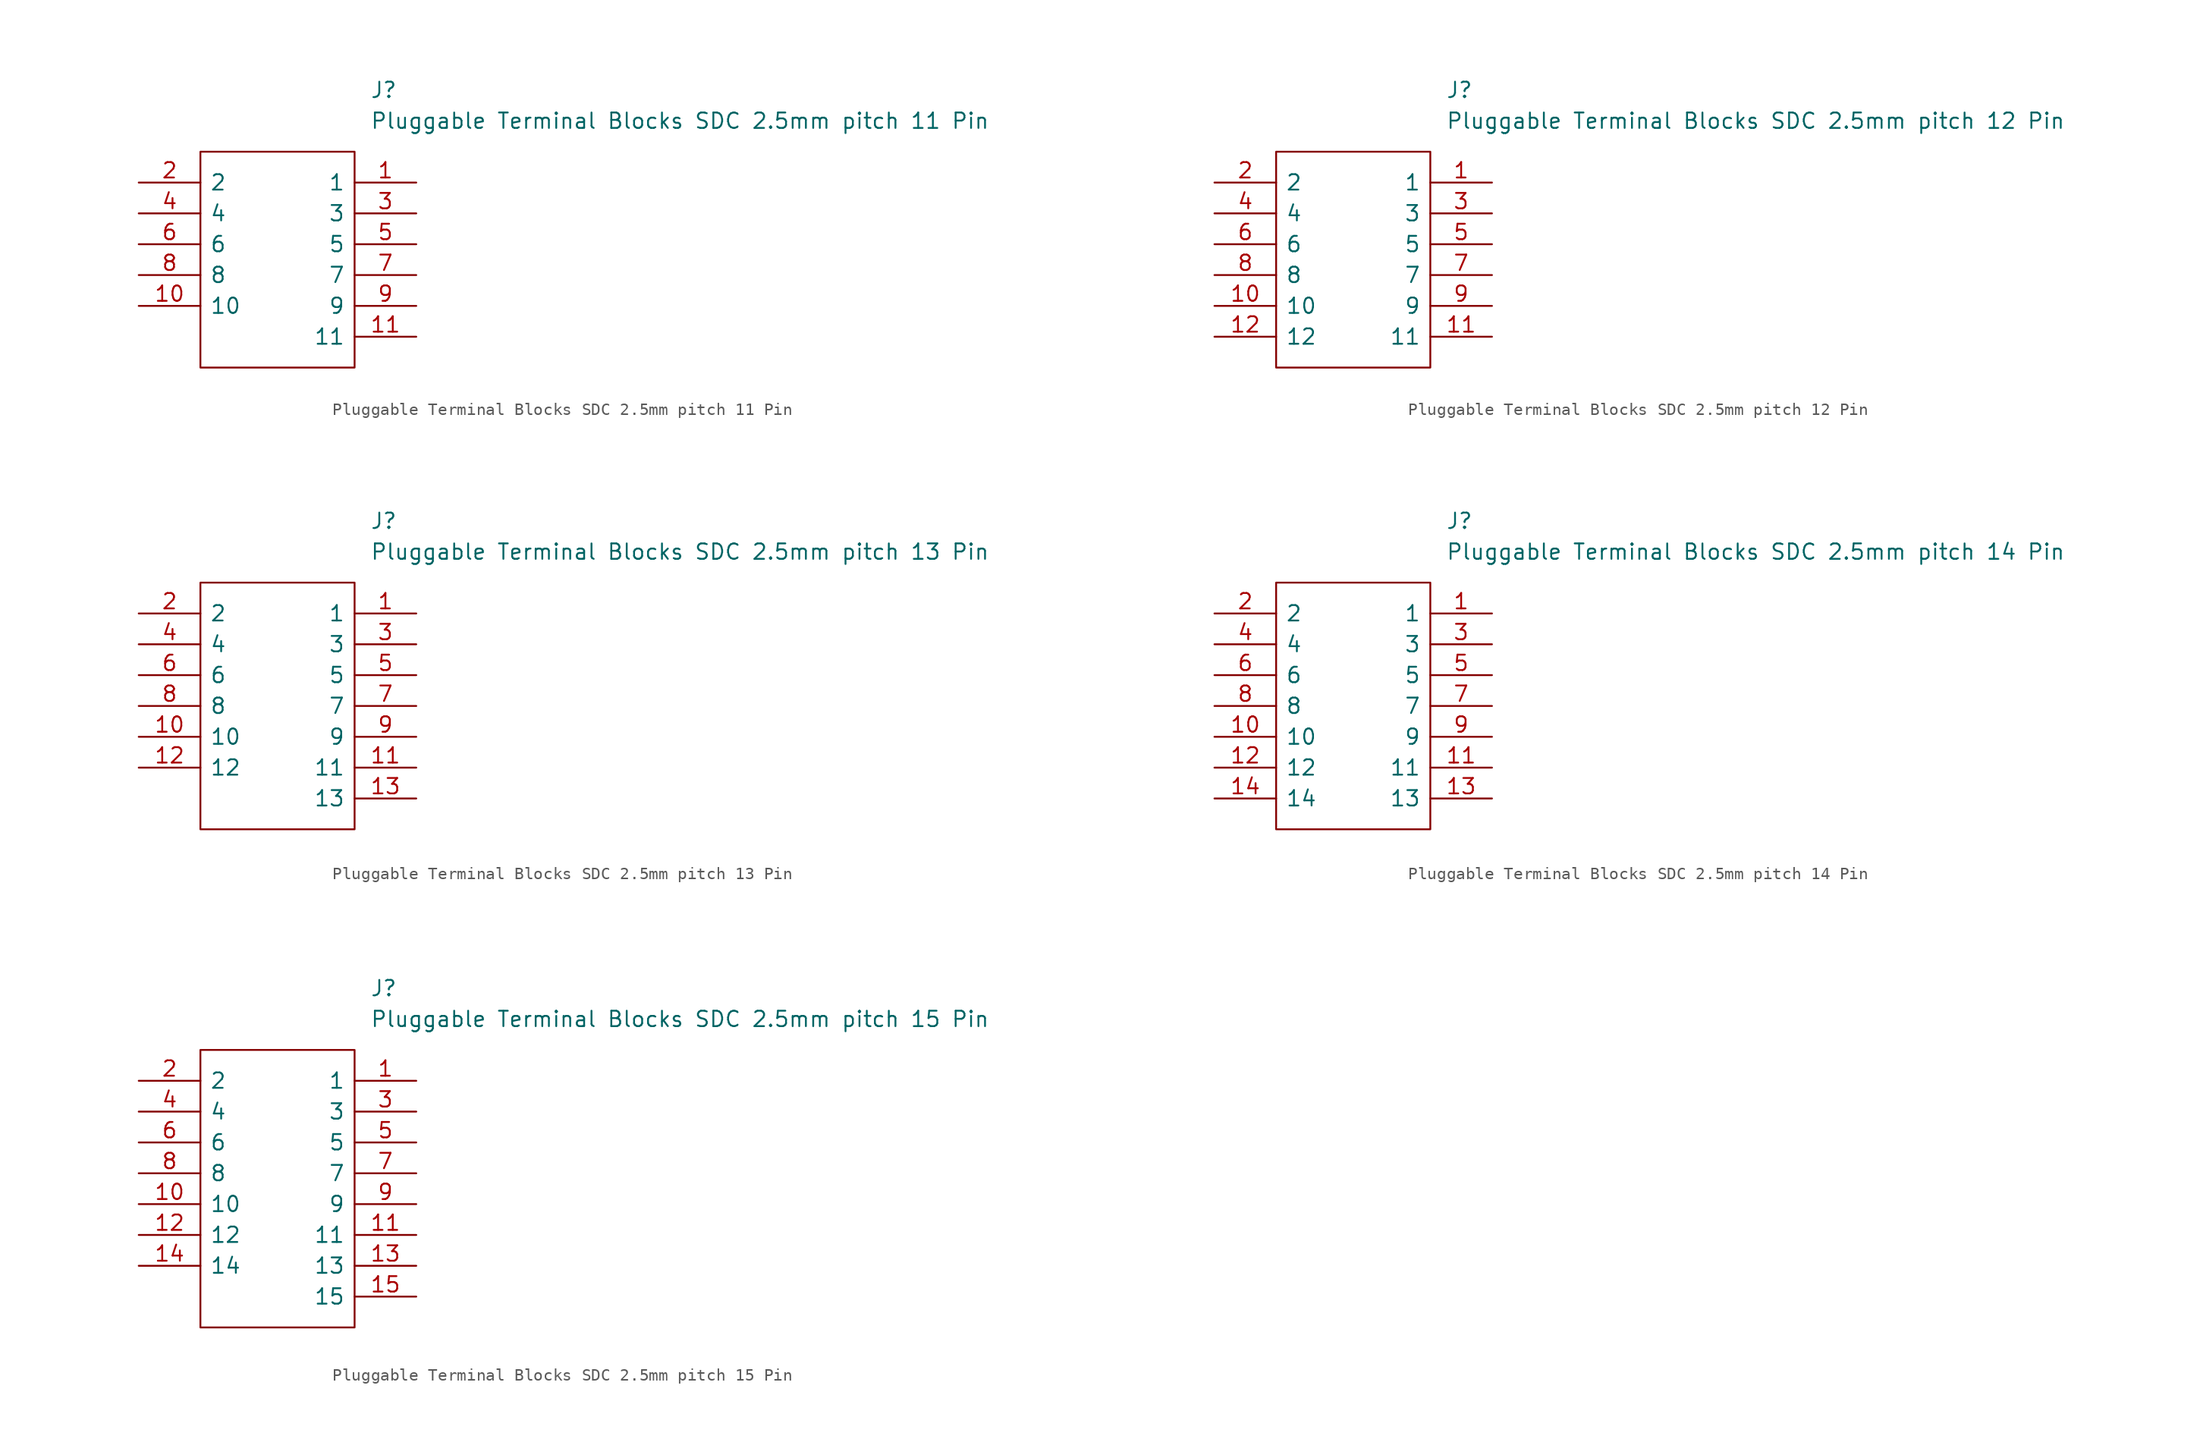
<source format=kicad_sym>
(kicad_symbol_lib
  (version 20211014)
  (generator kicad_symbol_editor)
  (symbol "Pluggable Terminal Blocks SDC 2.5mm pitch 11 Pin"
    (pin_names
      (offset 0.762))
    (property "Reference" "J"
      (at 19.05 7.62 0)
      (effects (font (size 1.27 1.27)) (justify left)))
    (property "Value" "Pluggable Terminal Blocks SDC 2.5mm pitch 11 Pin"
      (at 19.05 5.08 0)
      (effects (font (size 1.27 1.27)) (justify left)))
    (symbol "Pluggable Terminal Blocks SDC 2.5mm pitch 11 Pin_0_0"
      (pin passive line (at 22.86 0 180) (length 5.08) (name "1" (effects (font (size 1.27 1.27)))) (number "1" (effects (font (size 1.27 1.27)))))
      (pin passive line (at 0 -10.16 0) (length 5.08) (name "10" (effects (font (size 1.27 1.27)))) (number "10" (effects (font (size 1.27 1.27)))))
      (pin passive line (at 22.86 -12.7 180) (length 5.08) (name "11" (effects (font (size 1.27 1.27)))) (number "11" (effects (font (size 1.27 1.27)))))
      (pin passive line (at 0 0 0) (length 5.08) (name "2" (effects (font (size 1.27 1.27)))) (number "2" (effects (font (size 1.27 1.27)))))
      (pin passive line (at 22.86 -2.54 180) (length 5.08) (name "3" (effects (font (size 1.27 1.27)))) (number "3" (effects (font (size 1.27 1.27)))))
      (pin passive line (at 0 -2.54 0) (length 5.08) (name "4" (effects (font (size 1.27 1.27)))) (number "4" (effects (font (size 1.27 1.27)))))
      (pin passive line (at 22.86 -5.08 180) (length 5.08) (name "5" (effects (font (size 1.27 1.27)))) (number "5" (effects (font (size 1.27 1.27)))))
      (pin passive line (at 0 -5.08 0) (length 5.08) (name "6" (effects (font (size 1.27 1.27)))) (number "6" (effects (font (size 1.27 1.27)))))
      (pin passive line (at 22.86 -7.62 180) (length 5.08) (name "7" (effects (font (size 1.27 1.27)))) (number "7" (effects (font (size 1.27 1.27)))))
      (pin passive line (at 0 -7.62 0) (length 5.08) (name "8" (effects (font (size 1.27 1.27)))) (number "8" (effects (font (size 1.27 1.27)))))
      (pin passive line (at 22.86 -10.16 180) (length 5.08) (name "9" (effects (font (size 1.27 1.27)))) (number "9" (effects (font (size 1.27 1.27))))))
    (symbol "Pluggable Terminal Blocks SDC 2.5mm pitch 11 Pin_0_1"
      (polyline (pts (xy 5.08 2.54) (xy 17.78 2.54) (xy 17.78 -15.24) (xy 5.08 -15.24) (xy 5.08 2.54)) (stroke (width 0.152) (type default) (color 0 0 0 0)) (fill (type none)))))
  (symbol "Pluggable Terminal Blocks SDC 2.5mm pitch 12 Pin"
    (pin_names
      (offset 0.762))
    (property "Reference" "J"
      (at 19.05 7.62 0)
      (effects (font (size 1.27 1.27)) (justify left)))
    (property "Value" "Pluggable Terminal Blocks SDC 2.5mm pitch 12 Pin"
      (at 19.05 5.08 0)
      (effects (font (size 1.27 1.27)) (justify left)))
    (symbol "Pluggable Terminal Blocks SDC 2.5mm pitch 12 Pin_0_0"
      (pin passive line (at 22.86 0 180) (length 5.08) (name "1" (effects (font (size 1.27 1.27)))) (number "1" (effects (font (size 1.27 1.27)))))
      (pin passive line (at 0 -10.16 0) (length 5.08) (name "10" (effects (font (size 1.27 1.27)))) (number "10" (effects (font (size 1.27 1.27)))))
      (pin passive line (at 22.86 -12.7 180) (length 5.08) (name "11" (effects (font (size 1.27 1.27)))) (number "11" (effects (font (size 1.27 1.27)))))
      (pin passive line (at 0 -12.7 0) (length 5.08) (name "12" (effects (font (size 1.27 1.27)))) (number "12" (effects (font (size 1.27 1.27)))))
      (pin passive line (at 0 0 0) (length 5.08) (name "2" (effects (font (size 1.27 1.27)))) (number "2" (effects (font (size 1.27 1.27)))))
      (pin passive line (at 22.86 -2.54 180) (length 5.08) (name "3" (effects (font (size 1.27 1.27)))) (number "3" (effects (font (size 1.27 1.27)))))
      (pin passive line (at 0 -2.54 0) (length 5.08) (name "4" (effects (font (size 1.27 1.27)))) (number "4" (effects (font (size 1.27 1.27)))))
      (pin passive line (at 22.86 -5.08 180) (length 5.08) (name "5" (effects (font (size 1.27 1.27)))) (number "5" (effects (font (size 1.27 1.27)))))
      (pin passive line (at 0 -5.08 0) (length 5.08) (name "6" (effects (font (size 1.27 1.27)))) (number "6" (effects (font (size 1.27 1.27)))))
      (pin passive line (at 22.86 -7.62 180) (length 5.08) (name "7" (effects (font (size 1.27 1.27)))) (number "7" (effects (font (size 1.27 1.27)))))
      (pin passive line (at 0 -7.62 0) (length 5.08) (name "8" (effects (font (size 1.27 1.27)))) (number "8" (effects (font (size 1.27 1.27)))))
      (pin passive line (at 22.86 -10.16 180) (length 5.08) (name "9" (effects (font (size 1.27 1.27)))) (number "9" (effects (font (size 1.27 1.27))))))
    (symbol "Pluggable Terminal Blocks SDC 2.5mm pitch 12 Pin_0_1"
      (polyline (pts (xy 5.08 2.54) (xy 17.78 2.54) (xy 17.78 -15.24) (xy 5.08 -15.24) (xy 5.08 2.54)) (stroke (width 0.152) (type default) (color 0 0 0 0)) (fill (type none)))))
  (symbol "Pluggable Terminal Blocks SDC 2.5mm pitch 13 Pin"
    (pin_names
      (offset 0.762))
    (property "Reference" "J"
      (at 19.05 7.62 0)
      (effects (font (size 1.27 1.27)) (justify left)))
    (property "Value" "Pluggable Terminal Blocks SDC 2.5mm pitch 13 Pin"
      (at 19.05 5.08 0)
      (effects (font (size 1.27 1.27)) (justify left)))
    (symbol "Pluggable Terminal Blocks SDC 2.5mm pitch 13 Pin_0_0"
      (pin passive line (at 22.86 0 180) (length 5.08) (name "1" (effects (font (size 1.27 1.27)))) (number "1" (effects (font (size 1.27 1.27)))))
      (pin passive line (at 0 -10.16 0) (length 5.08) (name "10" (effects (font (size 1.27 1.27)))) (number "10" (effects (font (size 1.27 1.27)))))
      (pin passive line (at 22.86 -12.7 180) (length 5.08) (name "11" (effects (font (size 1.27 1.27)))) (number "11" (effects (font (size 1.27 1.27)))))
      (pin passive line (at 0 -12.7 0) (length 5.08) (name "12" (effects (font (size 1.27 1.27)))) (number "12" (effects (font (size 1.27 1.27)))))
      (pin passive line (at 22.86 -15.24 180) (length 5.08) (name "13" (effects (font (size 1.27 1.27)))) (number "13" (effects (font (size 1.27 1.27)))))
      (pin passive line (at 0 0 0) (length 5.08) (name "2" (effects (font (size 1.27 1.27)))) (number "2" (effects (font (size 1.27 1.27)))))
      (pin passive line (at 22.86 -2.54 180) (length 5.08) (name "3" (effects (font (size 1.27 1.27)))) (number "3" (effects (font (size 1.27 1.27)))))
      (pin passive line (at 0 -2.54 0) (length 5.08) (name "4" (effects (font (size 1.27 1.27)))) (number "4" (effects (font (size 1.27 1.27)))))
      (pin passive line (at 22.86 -5.08 180) (length 5.08) (name "5" (effects (font (size 1.27 1.27)))) (number "5" (effects (font (size 1.27 1.27)))))
      (pin passive line (at 0 -5.08 0) (length 5.08) (name "6" (effects (font (size 1.27 1.27)))) (number "6" (effects (font (size 1.27 1.27)))))
      (pin passive line (at 22.86 -7.62 180) (length 5.08) (name "7" (effects (font (size 1.27 1.27)))) (number "7" (effects (font (size 1.27 1.27)))))
      (pin passive line (at 0 -7.62 0) (length 5.08) (name "8" (effects (font (size 1.27 1.27)))) (number "8" (effects (font (size 1.27 1.27)))))
      (pin passive line (at 22.86 -10.16 180) (length 5.08) (name "9" (effects (font (size 1.27 1.27)))) (number "9" (effects (font (size 1.27 1.27))))))
    (symbol "Pluggable Terminal Blocks SDC 2.5mm pitch 13 Pin_0_1"
      (polyline (pts (xy 5.08 2.54) (xy 17.78 2.54) (xy 17.78 -17.78) (xy 5.08 -17.78) (xy 5.08 2.54)) (stroke (width 0.152) (type default) (color 0 0 0 0)) (fill (type none)))))
  (symbol "Pluggable Terminal Blocks SDC 2.5mm pitch 14 Pin"
    (pin_names
      (offset 0.762))
    (property "Reference" "J"
      (at 19.05 7.62 0)
      (effects (font (size 1.27 1.27)) (justify left)))
    (property "Value" "Pluggable Terminal Blocks SDC 2.5mm pitch 14 Pin"
      (at 19.05 5.08 0)
      (effects (font (size 1.27 1.27)) (justify left)))
    (symbol "Pluggable Terminal Blocks SDC 2.5mm pitch 14 Pin_0_0"
      (pin passive line (at 22.86 0 180) (length 5.08) (name "1" (effects (font (size 1.27 1.27)))) (number "1" (effects (font (size 1.27 1.27)))))
      (pin passive line (at 0 -10.16 0) (length 5.08) (name "10" (effects (font (size 1.27 1.27)))) (number "10" (effects (font (size 1.27 1.27)))))
      (pin passive line (at 22.86 -12.7 180) (length 5.08) (name "11" (effects (font (size 1.27 1.27)))) (number "11" (effects (font (size 1.27 1.27)))))
      (pin passive line (at 0 -12.7 0) (length 5.08) (name "12" (effects (font (size 1.27 1.27)))) (number "12" (effects (font (size 1.27 1.27)))))
      (pin passive line (at 22.86 -15.24 180) (length 5.08) (name "13" (effects (font (size 1.27 1.27)))) (number "13" (effects (font (size 1.27 1.27)))))
      (pin passive line (at 0 -15.24 0) (length 5.08) (name "14" (effects (font (size 1.27 1.27)))) (number "14" (effects (font (size 1.27 1.27)))))
      (pin passive line (at 0 0 0) (length 5.08) (name "2" (effects (font (size 1.27 1.27)))) (number "2" (effects (font (size 1.27 1.27)))))
      (pin passive line (at 22.86 -2.54 180) (length 5.08) (name "3" (effects (font (size 1.27 1.27)))) (number "3" (effects (font (size 1.27 1.27)))))
      (pin passive line (at 0 -2.54 0) (length 5.08) (name "4" (effects (font (size 1.27 1.27)))) (number "4" (effects (font (size 1.27 1.27)))))
      (pin passive line (at 22.86 -5.08 180) (length 5.08) (name "5" (effects (font (size 1.27 1.27)))) (number "5" (effects (font (size 1.27 1.27)))))
      (pin passive line (at 0 -5.08 0) (length 5.08) (name "6" (effects (font (size 1.27 1.27)))) (number "6" (effects (font (size 1.27 1.27)))))
      (pin passive line (at 22.86 -7.62 180) (length 5.08) (name "7" (effects (font (size 1.27 1.27)))) (number "7" (effects (font (size 1.27 1.27)))))
      (pin passive line (at 0 -7.62 0) (length 5.08) (name "8" (effects (font (size 1.27 1.27)))) (number "8" (effects (font (size 1.27 1.27)))))
      (pin passive line (at 22.86 -10.16 180) (length 5.08) (name "9" (effects (font (size 1.27 1.27)))) (number "9" (effects (font (size 1.27 1.27))))))
    (symbol "Pluggable Terminal Blocks SDC 2.5mm pitch 14 Pin_0_1"
      (polyline (pts (xy 5.08 2.54) (xy 17.78 2.54) (xy 17.78 -17.78) (xy 5.08 -17.78) (xy 5.08 2.54)) (stroke (width 0.152) (type default) (color 0 0 0 0)) (fill (type none)))))
  (symbol "Pluggable Terminal Blocks SDC 2.5mm pitch 15 Pin"
    (pin_names
      (offset 0.762))
    (property "Reference" "J"
      (at 19.05 7.62 0)
      (effects (font (size 1.27 1.27)) (justify left)))
    (property "Value" "Pluggable Terminal Blocks SDC 2.5mm pitch 15 Pin"
      (at 19.05 5.08 0)
      (effects (font (size 1.27 1.27)) (justify left)))
    (symbol "Pluggable Terminal Blocks SDC 2.5mm pitch 15 Pin_0_0"
      (pin passive line (at 22.86 0 180) (length 5.08) (name "1" (effects (font (size 1.27 1.27)))) (number "1" (effects (font (size 1.27 1.27)))))
      (pin passive line (at 0 -10.16 0) (length 5.08) (name "10" (effects (font (size 1.27 1.27)))) (number "10" (effects (font (size 1.27 1.27)))))
      (pin passive line (at 22.86 -12.7 180) (length 5.08) (name "11" (effects (font (size 1.27 1.27)))) (number "11" (effects (font (size 1.27 1.27)))))
      (pin passive line (at 0 -12.7 0) (length 5.08) (name "12" (effects (font (size 1.27 1.27)))) (number "12" (effects (font (size 1.27 1.27)))))
      (pin passive line (at 22.86 -15.24 180) (length 5.08) (name "13" (effects (font (size 1.27 1.27)))) (number "13" (effects (font (size 1.27 1.27)))))
      (pin passive line (at 0 -15.24 0) (length 5.08) (name "14" (effects (font (size 1.27 1.27)))) (number "14" (effects (font (size 1.27 1.27)))))
      (pin passive line (at 22.86 -17.78 180) (length 5.08) (name "15" (effects (font (size 1.27 1.27)))) (number "15" (effects (font (size 1.27 1.27)))))
      (pin passive line (at 0 0 0) (length 5.08) (name "2" (effects (font (size 1.27 1.27)))) (number "2" (effects (font (size 1.27 1.27)))))
      (pin passive line (at 22.86 -2.54 180) (length 5.08) (name "3" (effects (font (size 1.27 1.27)))) (number "3" (effects (font (size 1.27 1.27)))))
      (pin passive line (at 0 -2.54 0) (length 5.08) (name "4" (effects (font (size 1.27 1.27)))) (number "4" (effects (font (size 1.27 1.27)))))
      (pin passive line (at 22.86 -5.08 180) (length 5.08) (name "5" (effects (font (size 1.27 1.27)))) (number "5" (effects (font (size 1.27 1.27)))))
      (pin passive line (at 0 -5.08 0) (length 5.08) (name "6" (effects (font (size 1.27 1.27)))) (number "6" (effects (font (size 1.27 1.27)))))
      (pin passive line (at 22.86 -7.62 180) (length 5.08) (name "7" (effects (font (size 1.27 1.27)))) (number "7" (effects (font (size 1.27 1.27)))))
      (pin passive line (at 0 -7.62 0) (length 5.08) (name "8" (effects (font (size 1.27 1.27)))) (number "8" (effects (font (size 1.27 1.27)))))
      (pin passive line (at 22.86 -10.16 180) (length 5.08) (name "9" (effects (font (size 1.27 1.27)))) (number "9" (effects (font (size 1.27 1.27))))))
    (symbol "Pluggable Terminal Blocks SDC 2.5mm pitch 15 Pin_0_1"
      (polyline (pts (xy 5.08 2.54) (xy 17.78 2.54) (xy 17.78 -20.32) (xy 5.08 -20.32) (xy 5.08 2.54)) (stroke (width 0.152) (type default) (color 0 0 0 0)) (fill (type none))))))
</source>
